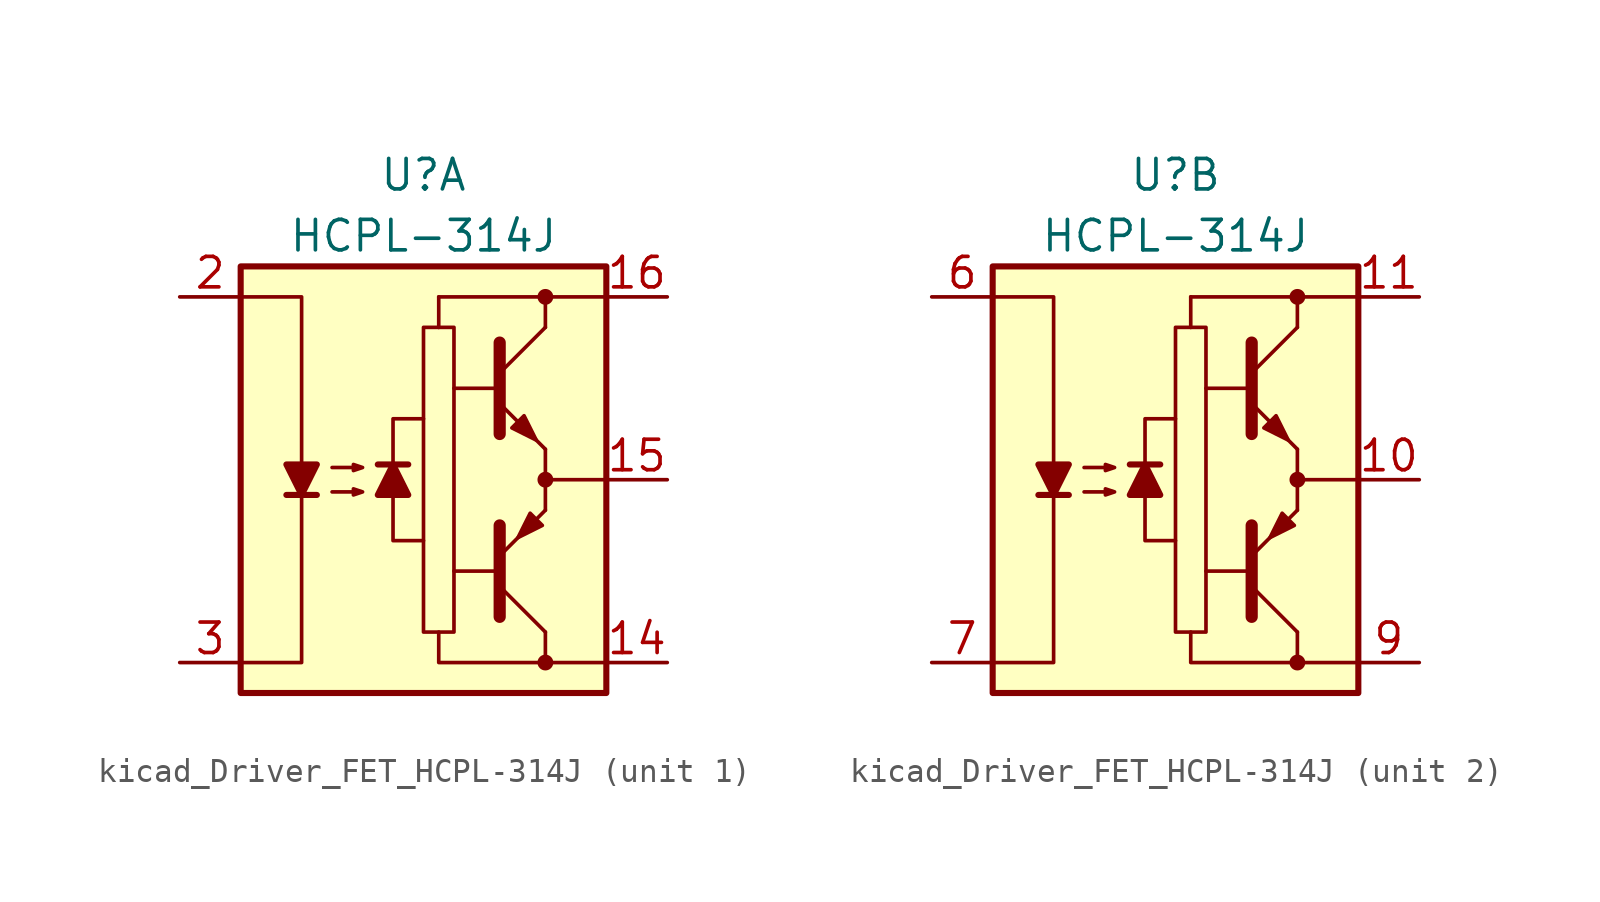
<source format=kicad_sym>
(kicad_symbol_lib
  (version 20220914)
  (generator kicad_symbol_editor)
  (symbol "kicad_Driver_FET_HCPL-314J"
    (pin_names hide)
    (property "Reference" "U"
      (at 0 12.7 0)
      (effects (font (size 1.27 1.27))))
    (property "Value" "HCPL-314J"
      (at 0 10.16 0)
      (effects (font (size 1.27 1.27))))
    (symbol "kicad_Driver_FET_HCPL-314J_0_1"
      (rectangle (start -7.62 8.89) (end 7.62 -8.89) (stroke (width 0.254) (type default)) (fill (type background)))
      (polyline (pts (xy -5.715 -0.635) (xy -4.445 -0.635)) (stroke (width 0.254) (type default)) (fill (type none)))
      (polyline (pts (xy -0.635 0.635) (xy -1.905 0.635)) (stroke (width 0.254) (type default)) (fill (type none)))
      (polyline (pts (xy 3.048 -3.81) (xy 1.27 -3.81)) (stroke (width 0) (type default)) (fill (type none)))
      (polyline (pts (xy 3.048 3.81) (xy 1.27 3.81)) (stroke (width 0) (type default)) (fill (type none)))
      (polyline (pts (xy 3.175 -4.445) (xy 5.08 -6.35)) (stroke (width 0) (type default)) (fill (type none)))
      (polyline (pts (xy 3.175 4.445) (xy 5.08 6.35)) (stroke (width 0) (type default)) (fill (type none)))
      (polyline (pts (xy 5.08 -6.35) (xy 5.08 -7.62)) (stroke (width 0) (type default)) (fill (type none)))
      (polyline (pts (xy 5.08 -1.27) (xy 3.175 -3.175)) (stroke (width 0) (type default)) (fill (type outline)))
      (polyline (pts (xy 5.08 0) (xy 7.62 0)) (stroke (width 0) (type default)) (fill (type none)))
      (polyline (pts (xy 5.08 1.27) (xy 3.175 3.175)) (stroke (width 0) (type default)) (fill (type outline)))
      (polyline (pts (xy 5.08 6.35) (xy 5.08 7.62)) (stroke (width 0) (type default)) (fill (type none)))
      (polyline (pts (xy 7.62 7.62) (xy 0.635 7.62)) (stroke (width 0) (type default)) (fill (type none)))
      (polyline (pts (xy -1.27 -0.635) (xy -1.27 -2.54) (xy 0 -2.54)) (stroke (width 0) (type default)) (fill (type none)))
      (polyline (pts (xy -1.27 0.635) (xy -1.27 2.54) (xy 0 2.54)) (stroke (width 0) (type default)) (fill (type none)))
      (polyline (pts (xy 0.635 -6.35) (xy 0.635 -7.62) (xy 7.62 -7.62)) (stroke (width 0) (type default)) (fill (type none)))
      (polyline (pts (xy 3.175 -5.715) (xy 3.175 -1.905) (xy 3.175 -1.905)) (stroke (width 0.508) (type default)) (fill (type none)))
      (polyline (pts (xy 3.175 5.715) (xy 3.175 1.905) (xy 3.175 1.905)) (stroke (width 0.508) (type default)) (fill (type none)))
      (polyline (pts (xy -7.62 7.62) (xy -5.08 7.62) (xy -5.08 -7.62) (xy -7.62 -7.62)) (stroke (width 0) (type default)) (fill (type none)))
      (polyline (pts (xy -5.08 -0.635) (xy -5.715 0.635) (xy -4.445 0.635) (xy -5.08 -0.635)) (stroke (width 0.254) (type default)) (fill (type outline)))
      (polyline (pts (xy -1.27 0.635) (xy -0.635 -0.635) (xy -1.905 -0.635) (xy -1.27 0.635)) (stroke (width 0.254) (type default)) (fill (type outline)))
      (polyline (pts (xy -3.81 -0.508) (xy -2.54 -0.508) (xy -2.921 -0.635) (xy -2.921 -0.381) (xy -2.54 -0.508)) (stroke (width 0) (type default)) (fill (type none)))
      (polyline (pts (xy -3.81 0.508) (xy -2.54 0.508) (xy -2.921 0.381) (xy -2.921 0.635) (xy -2.54 0.508)) (stroke (width 0) (type default)) (fill (type none)))
      (polyline (pts (xy 1.27 6.35) (xy 1.27 -6.35) (xy 0 -6.35) (xy 0 6.35) (xy 1.27 6.35)) (stroke (width 0) (type default)) (fill (type none)))
      (polyline (pts (xy 3.683 2.159) (xy 4.191 2.667) (xy 4.699 1.651) (xy 3.683 2.159) (xy 3.683 2.159)) (stroke (width 0) (type default)) (fill (type outline)))
      (polyline (pts (xy 4.953 -1.905) (xy 4.445 -1.397) (xy 3.937 -2.413) (xy 4.953 -1.905) (xy 4.953 -1.905)) (stroke (width 0) (type default)) (fill (type outline)))
      (rectangle (start 0.635 6.35) (end 0.635 6.35) (stroke (width 0) (type default)) (fill (type none)))
      (rectangle (start 0.635 6.35) (end 0.635 7.62) (stroke (width 0) (type default)) (fill (type none)))
      (circle (center 5.08 -7.62) (radius 0.254) (stroke (width 0) (type default)) (fill (type outline)))
      (circle (center 5.08 0) (radius 0.254) (stroke (width 0) (type default)) (fill (type outline)))
      (rectangle (start 5.08 1.27) (end 5.08 -1.27) (stroke (width 0) (type default)) (fill (type none)))
      (circle (center 5.08 7.62) (radius 0.254) (stroke (width 0) (type default)) (fill (type outline))))
    (symbol "kicad_Driver_FET_HCPL-314J_1_1"
      (pin no_connect line (at -7.62 0 0) (length 2.54) hide (name "NC" (effects (font (size 1.27 1.27)))) (number "1" (effects (font (size 1.27 1.27)))))
      (pin power_in line (at 10.16 -7.62 180) (length 2.54) (name "VEE" (effects (font (size 1.27 1.27)))) (number "14" (effects (font (size 1.27 1.27)))))
      (pin output line (at 10.16 0 180) (length 2.54) (name "VO" (effects (font (size 1.27 1.27)))) (number "15" (effects (font (size 1.27 1.27)))))
      (pin power_in line (at 10.16 7.62 180) (length 2.54) (name "VCC" (effects (font (size 1.27 1.27)))) (number "16" (effects (font (size 1.27 1.27)))))
      (pin passive line (at -10.16 7.62 0) (length 2.54) (name "A" (effects (font (size 1.27 1.27)))) (number "2" (effects (font (size 1.27 1.27)))))
      (pin passive line (at -10.16 -7.62 0) (length 2.54) (name "C" (effects (font (size 1.27 1.27)))) (number "3" (effects (font (size 1.27 1.27))))))
    (symbol "kicad_Driver_FET_HCPL-314J_2_1"
      (pin output line (at 10.16 0 180) (length 2.54) (name "VO" (effects (font (size 1.27 1.27)))) (number "10" (effects (font (size 1.27 1.27)))))
      (pin power_in line (at 10.16 7.62 180) (length 2.54) (name "VCC" (effects (font (size 1.27 1.27)))) (number "11" (effects (font (size 1.27 1.27)))))
      (pin passive line (at -10.16 7.62 0) (length 2.54) (name "A" (effects (font (size 1.27 1.27)))) (number "6" (effects (font (size 1.27 1.27)))))
      (pin passive line (at -10.16 -7.62 0) (length 2.54) (name "C" (effects (font (size 1.27 1.27)))) (number "7" (effects (font (size 1.27 1.27)))))
      (pin no_connect line (at -7.62 0 0) (length 2.54) hide (name "NC" (effects (font (size 1.27 1.27)))) (number "8" (effects (font (size 1.27 1.27)))))
      (pin power_in line (at 10.16 -7.62 180) (length 2.54) (name "VEE" (effects (font (size 1.27 1.27)))) (number "9" (effects (font (size 1.27 1.27))))))))
</source>
